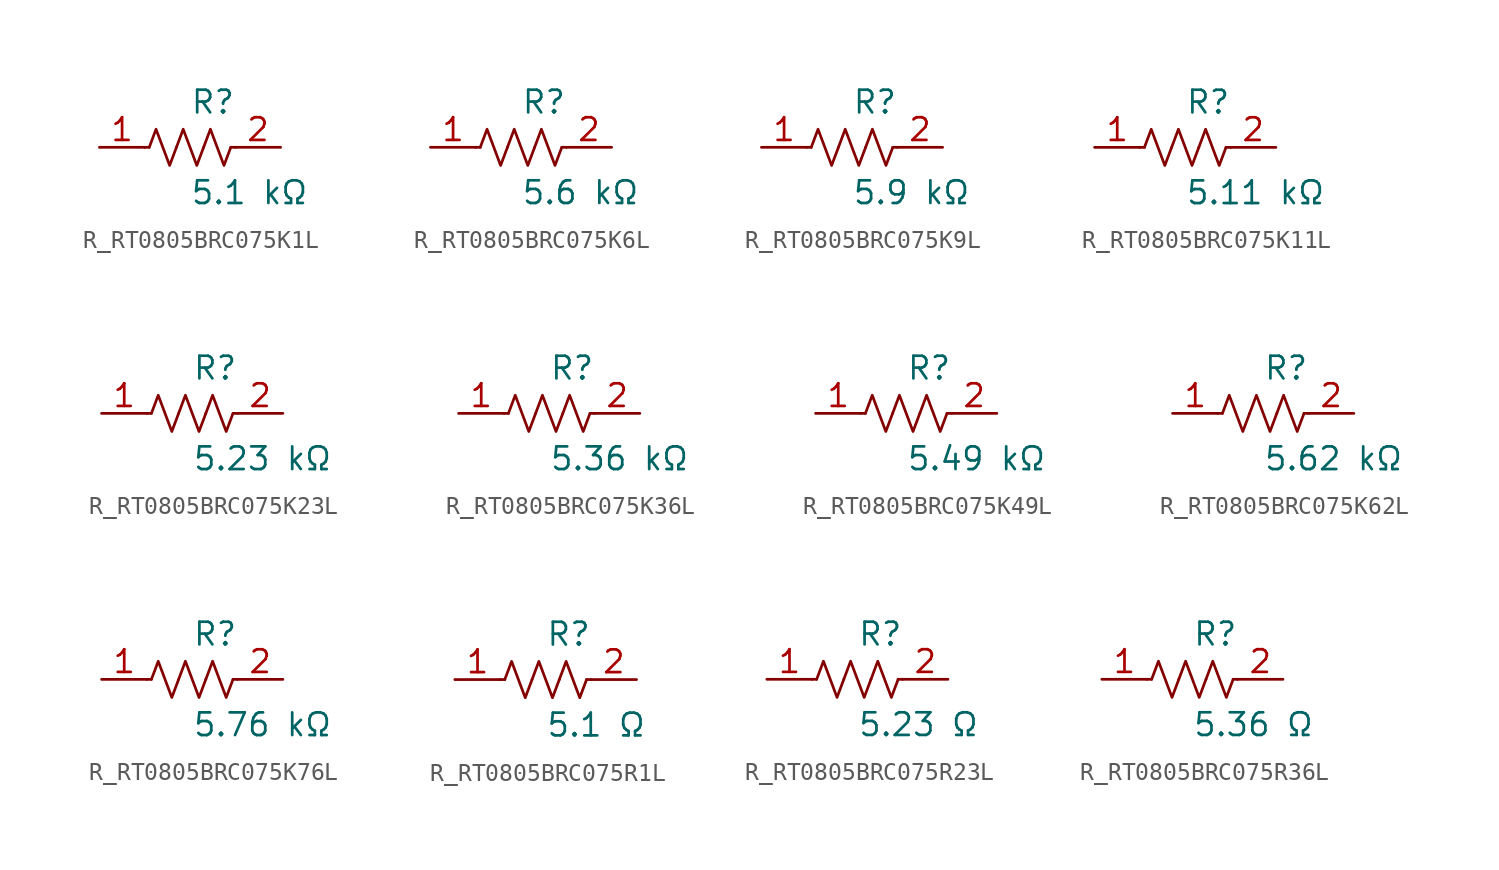
<source format=kicad_sym>
(kicad_symbol_lib
  (version 20231120)
  (generator kicad_symbol_editor)
  (generator_version 8.0)
  (symbol "R_RT0805BRC075K1L"
    (pin_names
      (offset 0.254))
    (property "Reference" "R"
      (at 0.0 2.54 0)
      (effects (font (size 1.27 1.27)) (justify left)))
    (property "Value" "5.1 kΩ"
      (at 0.0 -2.54 0)
      (effects (font (size 1.27 1.27)) (justify left)))
    (symbol "R_RT0805BRC075K1L_0_1"
      (polyline (pts (xy 2.286 0) (xy 2.54 0)) (stroke (width 0) (type default)) (fill (type none)))
      (polyline (pts (xy -2.286 0) (xy -2.54 0)) (stroke (width 0) (type default)) (fill (type none)))
      (polyline (pts (xy 0.762 0) (xy 1.143 1.016) (xy 1.524 0) (xy 1.905 -1.016) (xy 2.286 0)) (stroke (width 0) (type default)) (fill (type none)))
      (polyline (pts (xy -0.762 0) (xy -0.381 1.016) (xy 0 0) (xy 0.381 -1.016) (xy 0.762 0)) (stroke (width 0) (type default)) (fill (type none)))
      (polyline (pts (xy -2.286 0) (xy -1.905 1.016) (xy -1.524 0) (xy -1.143 -1.016) (xy -0.762 0)) (stroke (width 0) (type default)) (fill (type none))))
    (pin unspecified line
      (at -5.08 0 0)
      (length 2.54)
      (name "" (effects (font (size 1.27 1.27))))
      (number "1" (effects (font (size 1.27 1.27)))))
    (pin unspecified line
      (at 5.08 0 180)
      (length 2.54)
      (name "" (effects (font (size 1.27 1.27))))
      (number "2" (effects (font (size 1.27 1.27))))))
  (symbol "R_RT0805BRC075K6L"
    (pin_names
      (offset 0.254))
    (property "Reference" "R"
      (at 0.0 2.54 0)
      (effects (font (size 1.27 1.27)) (justify left)))
    (property "Value" "5.6 kΩ"
      (at 0.0 -2.54 0)
      (effects (font (size 1.27 1.27)) (justify left)))
    (symbol "R_RT0805BRC075K6L_0_1"
      (polyline (pts (xy 2.286 0) (xy 2.54 0)) (stroke (width 0) (type default)) (fill (type none)))
      (polyline (pts (xy -2.286 0) (xy -2.54 0)) (stroke (width 0) (type default)) (fill (type none)))
      (polyline (pts (xy 0.762 0) (xy 1.143 1.016) (xy 1.524 0) (xy 1.905 -1.016) (xy 2.286 0)) (stroke (width 0) (type default)) (fill (type none)))
      (polyline (pts (xy -0.762 0) (xy -0.381 1.016) (xy 0 0) (xy 0.381 -1.016) (xy 0.762 0)) (stroke (width 0) (type default)) (fill (type none)))
      (polyline (pts (xy -2.286 0) (xy -1.905 1.016) (xy -1.524 0) (xy -1.143 -1.016) (xy -0.762 0)) (stroke (width 0) (type default)) (fill (type none))))
    (pin unspecified line
      (at -5.08 0 0)
      (length 2.54)
      (name "" (effects (font (size 1.27 1.27))))
      (number "1" (effects (font (size 1.27 1.27)))))
    (pin unspecified line
      (at 5.08 0 180)
      (length 2.54)
      (name "" (effects (font (size 1.27 1.27))))
      (number "2" (effects (font (size 1.27 1.27))))))
  (symbol "R_RT0805BRC075K9L"
    (pin_names
      (offset 0.254))
    (property "Reference" "R"
      (at 0.0 2.54 0)
      (effects (font (size 1.27 1.27)) (justify left)))
    (property "Value" "5.9 kΩ"
      (at 0.0 -2.54 0)
      (effects (font (size 1.27 1.27)) (justify left)))
    (symbol "R_RT0805BRC075K9L_0_1"
      (polyline (pts (xy 2.286 0) (xy 2.54 0)) (stroke (width 0) (type default)) (fill (type none)))
      (polyline (pts (xy -2.286 0) (xy -2.54 0)) (stroke (width 0) (type default)) (fill (type none)))
      (polyline (pts (xy 0.762 0) (xy 1.143 1.016) (xy 1.524 0) (xy 1.905 -1.016) (xy 2.286 0)) (stroke (width 0) (type default)) (fill (type none)))
      (polyline (pts (xy -0.762 0) (xy -0.381 1.016) (xy 0 0) (xy 0.381 -1.016) (xy 0.762 0)) (stroke (width 0) (type default)) (fill (type none)))
      (polyline (pts (xy -2.286 0) (xy -1.905 1.016) (xy -1.524 0) (xy -1.143 -1.016) (xy -0.762 0)) (stroke (width 0) (type default)) (fill (type none))))
    (pin unspecified line
      (at -5.08 0 0)
      (length 2.54)
      (name "" (effects (font (size 1.27 1.27))))
      (number "1" (effects (font (size 1.27 1.27)))))
    (pin unspecified line
      (at 5.08 0 180)
      (length 2.54)
      (name "" (effects (font (size 1.27 1.27))))
      (number "2" (effects (font (size 1.27 1.27))))))
  (symbol "R_RT0805BRC075K11L"
    (pin_names
      (offset 0.254))
    (property "Reference" "R"
      (at 0.0 2.54 0)
      (effects (font (size 1.27 1.27)) (justify left)))
    (property "Value" "5.11 kΩ"
      (at 0.0 -2.54 0)
      (effects (font (size 1.27 1.27)) (justify left)))
    (symbol "R_RT0805BRC075K11L_0_1"
      (polyline (pts (xy 2.286 0) (xy 2.54 0)) (stroke (width 0) (type default)) (fill (type none)))
      (polyline (pts (xy -2.286 0) (xy -2.54 0)) (stroke (width 0) (type default)) (fill (type none)))
      (polyline (pts (xy 0.762 0) (xy 1.143 1.016) (xy 1.524 0) (xy 1.905 -1.016) (xy 2.286 0)) (stroke (width 0) (type default)) (fill (type none)))
      (polyline (pts (xy -0.762 0) (xy -0.381 1.016) (xy 0 0) (xy 0.381 -1.016) (xy 0.762 0)) (stroke (width 0) (type default)) (fill (type none)))
      (polyline (pts (xy -2.286 0) (xy -1.905 1.016) (xy -1.524 0) (xy -1.143 -1.016) (xy -0.762 0)) (stroke (width 0) (type default)) (fill (type none))))
    (pin unspecified line
      (at -5.08 0 0)
      (length 2.54)
      (name "" (effects (font (size 1.27 1.27))))
      (number "1" (effects (font (size 1.27 1.27)))))
    (pin unspecified line
      (at 5.08 0 180)
      (length 2.54)
      (name "" (effects (font (size 1.27 1.27))))
      (number "2" (effects (font (size 1.27 1.27))))))
  (symbol "R_RT0805BRC075K23L"
    (pin_names
      (offset 0.254))
    (property "Reference" "R"
      (at 0.0 2.54 0)
      (effects (font (size 1.27 1.27)) (justify left)))
    (property "Value" "5.23 kΩ"
      (at 0.0 -2.54 0)
      (effects (font (size 1.27 1.27)) (justify left)))
    (symbol "R_RT0805BRC075K23L_0_1"
      (polyline (pts (xy 2.286 0) (xy 2.54 0)) (stroke (width 0) (type default)) (fill (type none)))
      (polyline (pts (xy -2.286 0) (xy -2.54 0)) (stroke (width 0) (type default)) (fill (type none)))
      (polyline (pts (xy 0.762 0) (xy 1.143 1.016) (xy 1.524 0) (xy 1.905 -1.016) (xy 2.286 0)) (stroke (width 0) (type default)) (fill (type none)))
      (polyline (pts (xy -0.762 0) (xy -0.381 1.016) (xy 0 0) (xy 0.381 -1.016) (xy 0.762 0)) (stroke (width 0) (type default)) (fill (type none)))
      (polyline (pts (xy -2.286 0) (xy -1.905 1.016) (xy -1.524 0) (xy -1.143 -1.016) (xy -0.762 0)) (stroke (width 0) (type default)) (fill (type none))))
    (pin unspecified line
      (at -5.08 0 0)
      (length 2.54)
      (name "" (effects (font (size 1.27 1.27))))
      (number "1" (effects (font (size 1.27 1.27)))))
    (pin unspecified line
      (at 5.08 0 180)
      (length 2.54)
      (name "" (effects (font (size 1.27 1.27))))
      (number "2" (effects (font (size 1.27 1.27))))))
  (symbol "R_RT0805BRC075K36L"
    (pin_names
      (offset 0.254))
    (property "Reference" "R"
      (at 0.0 2.54 0)
      (effects (font (size 1.27 1.27)) (justify left)))
    (property "Value" "5.36 kΩ"
      (at 0.0 -2.54 0)
      (effects (font (size 1.27 1.27)) (justify left)))
    (symbol "R_RT0805BRC075K36L_0_1"
      (polyline (pts (xy 2.286 0) (xy 2.54 0)) (stroke (width 0) (type default)) (fill (type none)))
      (polyline (pts (xy -2.286 0) (xy -2.54 0)) (stroke (width 0) (type default)) (fill (type none)))
      (polyline (pts (xy 0.762 0) (xy 1.143 1.016) (xy 1.524 0) (xy 1.905 -1.016) (xy 2.286 0)) (stroke (width 0) (type default)) (fill (type none)))
      (polyline (pts (xy -0.762 0) (xy -0.381 1.016) (xy 0 0) (xy 0.381 -1.016) (xy 0.762 0)) (stroke (width 0) (type default)) (fill (type none)))
      (polyline (pts (xy -2.286 0) (xy -1.905 1.016) (xy -1.524 0) (xy -1.143 -1.016) (xy -0.762 0)) (stroke (width 0) (type default)) (fill (type none))))
    (pin unspecified line
      (at -5.08 0 0)
      (length 2.54)
      (name "" (effects (font (size 1.27 1.27))))
      (number "1" (effects (font (size 1.27 1.27)))))
    (pin unspecified line
      (at 5.08 0 180)
      (length 2.54)
      (name "" (effects (font (size 1.27 1.27))))
      (number "2" (effects (font (size 1.27 1.27))))))
  (symbol "R_RT0805BRC075K49L"
    (pin_names
      (offset 0.254))
    (property "Reference" "R"
      (at 0.0 2.54 0)
      (effects (font (size 1.27 1.27)) (justify left)))
    (property "Value" "5.49 kΩ"
      (at 0.0 -2.54 0)
      (effects (font (size 1.27 1.27)) (justify left)))
    (symbol "R_RT0805BRC075K49L_0_1"
      (polyline (pts (xy 2.286 0) (xy 2.54 0)) (stroke (width 0) (type default)) (fill (type none)))
      (polyline (pts (xy -2.286 0) (xy -2.54 0)) (stroke (width 0) (type default)) (fill (type none)))
      (polyline (pts (xy 0.762 0) (xy 1.143 1.016) (xy 1.524 0) (xy 1.905 -1.016) (xy 2.286 0)) (stroke (width 0) (type default)) (fill (type none)))
      (polyline (pts (xy -0.762 0) (xy -0.381 1.016) (xy 0 0) (xy 0.381 -1.016) (xy 0.762 0)) (stroke (width 0) (type default)) (fill (type none)))
      (polyline (pts (xy -2.286 0) (xy -1.905 1.016) (xy -1.524 0) (xy -1.143 -1.016) (xy -0.762 0)) (stroke (width 0) (type default)) (fill (type none))))
    (pin unspecified line
      (at -5.08 0 0)
      (length 2.54)
      (name "" (effects (font (size 1.27 1.27))))
      (number "1" (effects (font (size 1.27 1.27)))))
    (pin unspecified line
      (at 5.08 0 180)
      (length 2.54)
      (name "" (effects (font (size 1.27 1.27))))
      (number "2" (effects (font (size 1.27 1.27))))))
  (symbol "R_RT0805BRC075K62L"
    (pin_names
      (offset 0.254))
    (property "Reference" "R"
      (at 0.0 2.54 0)
      (effects (font (size 1.27 1.27)) (justify left)))
    (property "Value" "5.62 kΩ"
      (at 0.0 -2.54 0)
      (effects (font (size 1.27 1.27)) (justify left)))
    (symbol "R_RT0805BRC075K62L_0_1"
      (polyline (pts (xy 2.286 0) (xy 2.54 0)) (stroke (width 0) (type default)) (fill (type none)))
      (polyline (pts (xy -2.286 0) (xy -2.54 0)) (stroke (width 0) (type default)) (fill (type none)))
      (polyline (pts (xy 0.762 0) (xy 1.143 1.016) (xy 1.524 0) (xy 1.905 -1.016) (xy 2.286 0)) (stroke (width 0) (type default)) (fill (type none)))
      (polyline (pts (xy -0.762 0) (xy -0.381 1.016) (xy 0 0) (xy 0.381 -1.016) (xy 0.762 0)) (stroke (width 0) (type default)) (fill (type none)))
      (polyline (pts (xy -2.286 0) (xy -1.905 1.016) (xy -1.524 0) (xy -1.143 -1.016) (xy -0.762 0)) (stroke (width 0) (type default)) (fill (type none))))
    (pin unspecified line
      (at -5.08 0 0)
      (length 2.54)
      (name "" (effects (font (size 1.27 1.27))))
      (number "1" (effects (font (size 1.27 1.27)))))
    (pin unspecified line
      (at 5.08 0 180)
      (length 2.54)
      (name "" (effects (font (size 1.27 1.27))))
      (number "2" (effects (font (size 1.27 1.27))))))
  (symbol "R_RT0805BRC075K76L"
    (pin_names
      (offset 0.254))
    (property "Reference" "R"
      (at 0.0 2.54 0)
      (effects (font (size 1.27 1.27)) (justify left)))
    (property "Value" "5.76 kΩ"
      (at 0.0 -2.54 0)
      (effects (font (size 1.27 1.27)) (justify left)))
    (symbol "R_RT0805BRC075K76L_0_1"
      (polyline (pts (xy 2.286 0) (xy 2.54 0)) (stroke (width 0) (type default)) (fill (type none)))
      (polyline (pts (xy -2.286 0) (xy -2.54 0)) (stroke (width 0) (type default)) (fill (type none)))
      (polyline (pts (xy 0.762 0) (xy 1.143 1.016) (xy 1.524 0) (xy 1.905 -1.016) (xy 2.286 0)) (stroke (width 0) (type default)) (fill (type none)))
      (polyline (pts (xy -0.762 0) (xy -0.381 1.016) (xy 0 0) (xy 0.381 -1.016) (xy 0.762 0)) (stroke (width 0) (type default)) (fill (type none)))
      (polyline (pts (xy -2.286 0) (xy -1.905 1.016) (xy -1.524 0) (xy -1.143 -1.016) (xy -0.762 0)) (stroke (width 0) (type default)) (fill (type none))))
    (pin unspecified line
      (at -5.08 0 0)
      (length 2.54)
      (name "" (effects (font (size 1.27 1.27))))
      (number "1" (effects (font (size 1.27 1.27)))))
    (pin unspecified line
      (at 5.08 0 180)
      (length 2.54)
      (name "" (effects (font (size 1.27 1.27))))
      (number "2" (effects (font (size 1.27 1.27))))))
  (symbol "R_RT0805BRC075R1L"
    (pin_names
      (offset 0.254))
    (property "Reference" "R"
      (at 0.0 2.54 0)
      (effects (font (size 1.27 1.27)) (justify left)))
    (property "Value" "5.1 Ω"
      (at 0.0 -2.54 0)
      (effects (font (size 1.27 1.27)) (justify left)))
    (symbol "R_RT0805BRC075R1L_0_1"
      (polyline (pts (xy 2.286 0) (xy 2.54 0)) (stroke (width 0) (type default)) (fill (type none)))
      (polyline (pts (xy -2.286 0) (xy -2.54 0)) (stroke (width 0) (type default)) (fill (type none)))
      (polyline (pts (xy 0.762 0) (xy 1.143 1.016) (xy 1.524 0) (xy 1.905 -1.016) (xy 2.286 0)) (stroke (width 0) (type default)) (fill (type none)))
      (polyline (pts (xy -0.762 0) (xy -0.381 1.016) (xy 0 0) (xy 0.381 -1.016) (xy 0.762 0)) (stroke (width 0) (type default)) (fill (type none)))
      (polyline (pts (xy -2.286 0) (xy -1.905 1.016) (xy -1.524 0) (xy -1.143 -1.016) (xy -0.762 0)) (stroke (width 0) (type default)) (fill (type none))))
    (pin unspecified line
      (at -5.08 0 0)
      (length 2.54)
      (name "" (effects (font (size 1.27 1.27))))
      (number "1" (effects (font (size 1.27 1.27)))))
    (pin unspecified line
      (at 5.08 0 180)
      (length 2.54)
      (name "" (effects (font (size 1.27 1.27))))
      (number "2" (effects (font (size 1.27 1.27))))))
  (symbol "R_RT0805BRC075R23L"
    (pin_names
      (offset 0.254))
    (property "Reference" "R"
      (at 0.0 2.54 0)
      (effects (font (size 1.27 1.27)) (justify left)))
    (property "Value" "5.23 Ω"
      (at 0.0 -2.54 0)
      (effects (font (size 1.27 1.27)) (justify left)))
    (symbol "R_RT0805BRC075R23L_0_1"
      (polyline (pts (xy 2.286 0) (xy 2.54 0)) (stroke (width 0) (type default)) (fill (type none)))
      (polyline (pts (xy -2.286 0) (xy -2.54 0)) (stroke (width 0) (type default)) (fill (type none)))
      (polyline (pts (xy 0.762 0) (xy 1.143 1.016) (xy 1.524 0) (xy 1.905 -1.016) (xy 2.286 0)) (stroke (width 0) (type default)) (fill (type none)))
      (polyline (pts (xy -0.762 0) (xy -0.381 1.016) (xy 0 0) (xy 0.381 -1.016) (xy 0.762 0)) (stroke (width 0) (type default)) (fill (type none)))
      (polyline (pts (xy -2.286 0) (xy -1.905 1.016) (xy -1.524 0) (xy -1.143 -1.016) (xy -0.762 0)) (stroke (width 0) (type default)) (fill (type none))))
    (pin unspecified line
      (at -5.08 0 0)
      (length 2.54)
      (name "" (effects (font (size 1.27 1.27))))
      (number "1" (effects (font (size 1.27 1.27)))))
    (pin unspecified line
      (at 5.08 0 180)
      (length 2.54)
      (name "" (effects (font (size 1.27 1.27))))
      (number "2" (effects (font (size 1.27 1.27))))))
  (symbol "R_RT0805BRC075R36L"
    (pin_names
      (offset 0.254))
    (property "Reference" "R"
      (at 0.0 2.54 0)
      (effects (font (size 1.27 1.27)) (justify left)))
    (property "Value" "5.36 Ω"
      (at 0.0 -2.54 0)
      (effects (font (size 1.27 1.27)) (justify left)))
    (symbol "R_RT0805BRC075R36L_0_1"
      (polyline (pts (xy 2.286 0) (xy 2.54 0)) (stroke (width 0) (type default)) (fill (type none)))
      (polyline (pts (xy -2.286 0) (xy -2.54 0)) (stroke (width 0) (type default)) (fill (type none)))
      (polyline (pts (xy 0.762 0) (xy 1.143 1.016) (xy 1.524 0) (xy 1.905 -1.016) (xy 2.286 0)) (stroke (width 0) (type default)) (fill (type none)))
      (polyline (pts (xy -0.762 0) (xy -0.381 1.016) (xy 0 0) (xy 0.381 -1.016) (xy 0.762 0)) (stroke (width 0) (type default)) (fill (type none)))
      (polyline (pts (xy -2.286 0) (xy -1.905 1.016) (xy -1.524 0) (xy -1.143 -1.016) (xy -0.762 0)) (stroke (width 0) (type default)) (fill (type none))))
    (pin unspecified line
      (at -5.08 0 0)
      (length 2.54)
      (name "" (effects (font (size 1.27 1.27))))
      (number "1" (effects (font (size 1.27 1.27)))))
    (pin unspecified line
      (at 5.08 0 180)
      (length 2.54)
      (name "" (effects (font (size 1.27 1.27))))
      (number "2" (effects (font (size 1.27 1.27)))))))
</source>
